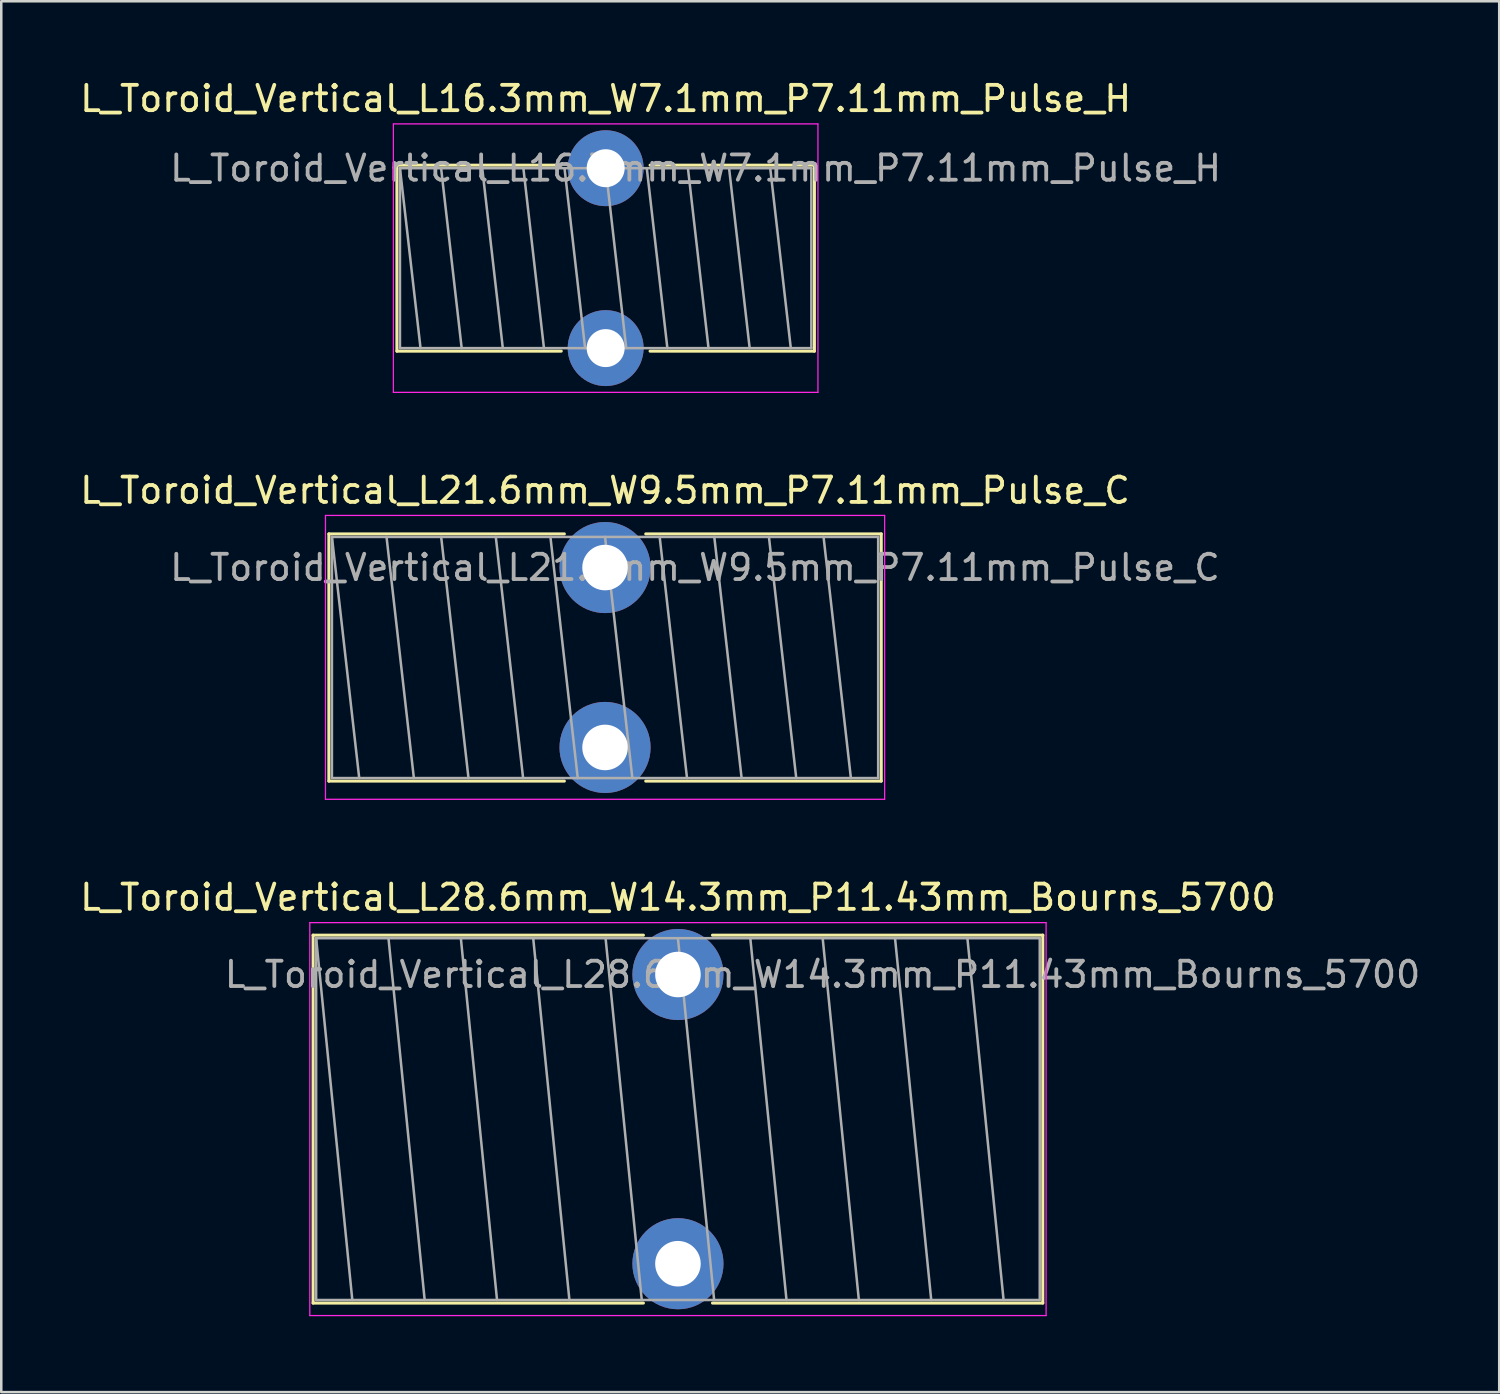
<source format=kicad_pcb>
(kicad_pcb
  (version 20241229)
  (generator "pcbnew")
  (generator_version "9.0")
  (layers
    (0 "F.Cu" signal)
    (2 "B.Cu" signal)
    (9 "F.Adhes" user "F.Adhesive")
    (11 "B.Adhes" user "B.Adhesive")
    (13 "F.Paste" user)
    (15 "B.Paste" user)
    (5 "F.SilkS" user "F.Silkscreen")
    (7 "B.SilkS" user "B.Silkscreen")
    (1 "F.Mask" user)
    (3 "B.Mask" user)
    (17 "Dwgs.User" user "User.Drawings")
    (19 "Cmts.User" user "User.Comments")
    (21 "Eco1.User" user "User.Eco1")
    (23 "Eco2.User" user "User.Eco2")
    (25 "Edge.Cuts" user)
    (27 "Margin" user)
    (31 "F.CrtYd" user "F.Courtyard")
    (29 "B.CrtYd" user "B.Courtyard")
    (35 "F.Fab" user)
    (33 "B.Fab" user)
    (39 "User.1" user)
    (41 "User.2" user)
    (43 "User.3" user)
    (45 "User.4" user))
  (footprint "L_Toroid_Vertical_L21.6mm_W9.5mm_P7.11mm_Pulse_C"
    (layer "F.Cu")
    (at 20.863 19.381)
    (property "Reference" "L_Toroid_Vertical_L21.6mm_W9.5mm_P7.11mm_Pulse_C" (at 0 -3.05 0) (layer "F.SilkS") (effects (font (size 1 1) (thickness 0.15))))
    (attr through_hole)
    (fp_line (start -10.915 -1.33) (end -10.915 8.44) (stroke (width 0.12) (type solid)) (layer "F.SilkS"))
    (fp_line (start -10.915 -1.33) (end -1.608 -1.33) (stroke (width 0.12) (type solid)) (layer "F.SilkS"))
    (fp_line (start -10.915 8.44) (end -1.608 8.44) (stroke (width 0.12) (type solid)) (layer "F.SilkS"))
    (fp_line (start 1.608 -1.33) (end 10.915 -1.33) (stroke (width 0.12) (type solid)) (layer "F.SilkS"))
    (fp_line (start 1.608 8.44) (end 10.915 8.44) (stroke (width 0.12) (type solid)) (layer "F.SilkS"))
    (fp_line (start 10.915 -1.33) (end 10.915 8.44) (stroke (width 0.12) (type solid)) (layer "F.SilkS"))
    (fp_line (start -11.05 -2.06) (end -11.05 9.16) (stroke (width 0.05) (type solid)) (layer "F.CrtYd"))
    (fp_line (start -11.05 9.16) (end 11.05 9.16) (stroke (width 0.05) (type solid)) (layer "F.CrtYd"))
    (fp_line (start 11.05 -2.06) (end -11.05 -2.06) (stroke (width 0.05) (type solid)) (layer "F.CrtYd"))
    (fp_line (start 11.05 9.16) (end 11.05 -2.06) (stroke (width 0.05) (type solid)) (layer "F.CrtYd"))
    (fp_line (start -10.795 -1.21) (end -10.795 8.32) (stroke (width 0.1) (type solid)) (layer "F.Fab"))
    (fp_line (start -10.795 -1.21) (end -9.716 8.32) (stroke (width 0.1) (type solid)) (layer "F.Fab"))
    (fp_line (start -10.795 8.32) (end 10.795 8.32) (stroke (width 0.1) (type solid)) (layer "F.Fab"))
    (fp_line (start -8.636 -1.21) (end -7.556 8.32) (stroke (width 0.1) (type solid)) (layer "F.Fab"))
    (fp_line (start -6.477 -1.21) (end -5.397 8.32) (stroke (width 0.1) (type solid)) (layer "F.Fab"))
    (fp_line (start -4.318 -1.21) (end -3.239 8.32) (stroke (width 0.1) (type solid)) (layer "F.Fab"))
    (fp_line (start -2.159 -1.21) (end -1.079 8.32) (stroke (width 0.1) (type solid)) (layer "F.Fab"))
    (fp_line (start 0 -1.21) (end 1.079 8.32) (stroke (width 0.1) (type solid)) (layer "F.Fab"))
    (fp_line (start 2.159 -1.21) (end 3.239 8.32) (stroke (width 0.1) (type solid)) (layer "F.Fab"))
    (fp_line (start 4.318 -1.21) (end 5.397 8.32) (stroke (width 0.1) (type solid)) (layer "F.Fab"))
    (fp_line (start 6.477 -1.21) (end 7.556 8.32) (stroke (width 0.1) (type solid)) (layer "F.Fab"))
    (fp_line (start 8.636 -1.21) (end 9.716 8.32) (stroke (width 0.1) (type solid)) (layer "F.Fab"))
    (fp_line (start 10.795 -1.21) (end -10.795 -1.21) (stroke (width 0.1) (type solid)) (layer "F.Fab"))
    (fp_line (start 10.795 8.32) (end 10.795 -1.21) (stroke (width 0.1) (type solid)) (layer "F.Fab"))
    (fp_text user "${REFERENCE}" (at 3.555 0 0) (layer "F.Fab") (effects (font (size 1 1) (thickness 0.15))))
    (pad "1" thru_hole circle (at 0 0) (size 3.6 3.6) (drill 1.8) (layers "*.Cu" "*.Mask"))
    (pad "2" thru_hole circle (at 0 7.11) (size 3.6 3.6) (drill 1.8) (layers "*.Cu" "*.Mask")))
  (footprint "L_Toroid_Vertical_L16.3mm_W7.1mm_P7.11mm_Pulse_H"
    (layer "F.Cu")
    (at 20.887 3.598)
    (property "Reference" "L_Toroid_Vertical_L16.3mm_W7.1mm_P7.11mm_Pulse_H" (at 0 -2.75 0) (layer "F.SilkS") (effects (font (size 1 1) (thickness 0.15))))
    (attr through_hole)
    (fp_line (start -8.25 -0.12) (end -8.25 7.23) (stroke (width 0.12) (type solid)) (layer "F.SilkS"))
    (fp_line (start -8.25 -0.12) (end -1.755 -0.12) (stroke (width 0.12) (type solid)) (layer "F.SilkS"))
    (fp_line (start -8.25 7.23) (end -1.755 7.23) (stroke (width 0.12) (type solid)) (layer "F.SilkS"))
    (fp_line (start 1.755 -0.12) (end 8.25 -0.12) (stroke (width 0.12) (type solid)) (layer "F.SilkS"))
    (fp_line (start 1.755 7.23) (end 8.25 7.23) (stroke (width 0.12) (type solid)) (layer "F.SilkS"))
    (fp_line (start 8.25 -0.12) (end 8.25 7.23) (stroke (width 0.12) (type solid)) (layer "F.SilkS"))
    (fp_line (start -8.39 -1.75) (end -8.39 8.86) (stroke (width 0.05) (type solid)) (layer "F.CrtYd"))
    (fp_line (start -8.39 8.86) (end 8.39 8.86) (stroke (width 0.05) (type solid)) (layer "F.CrtYd"))
    (fp_line (start 8.39 -1.75) (end -8.39 -1.75) (stroke (width 0.05) (type solid)) (layer "F.CrtYd"))
    (fp_line (start 8.39 8.86) (end 8.39 -1.75) (stroke (width 0.05) (type solid)) (layer "F.CrtYd"))
    (fp_line (start -8.13 0) (end -8.13 7.11) (stroke (width 0.1) (type solid)) (layer "F.Fab"))
    (fp_line (start -8.13 0) (end -7.317 7.11) (stroke (width 0.1) (type solid)) (layer "F.Fab"))
    (fp_line (start -8.13 7.11) (end 8.13 7.11) (stroke (width 0.1) (type solid)) (layer "F.Fab"))
    (fp_line (start -6.504 0) (end -5.691 7.11) (stroke (width 0.1) (type solid)) (layer "F.Fab"))
    (fp_line (start -4.878 0) (end -4.065 7.11) (stroke (width 0.1) (type solid)) (layer "F.Fab"))
    (fp_line (start -3.252 0) (end -2.439 7.11) (stroke (width 0.1) (type solid)) (layer "F.Fab"))
    (fp_line (start -1.626 0) (end -0.813 7.11) (stroke (width 0.1) (type solid)) (layer "F.Fab"))
    (fp_line (start 0 0) (end 0.813 7.11) (stroke (width 0.1) (type solid)) (layer "F.Fab"))
    (fp_line (start 1.626 0) (end 2.439 7.11) (stroke (width 0.1) (type solid)) (layer "F.Fab"))
    (fp_line (start 3.252 0) (end 4.065 7.11) (stroke (width 0.1) (type solid)) (layer "F.Fab"))
    (fp_line (start 4.878 0) (end 5.691 7.11) (stroke (width 0.1) (type solid)) (layer "F.Fab"))
    (fp_line (start 6.504 0) (end 7.317 7.11) (stroke (width 0.1) (type solid)) (layer "F.Fab"))
    (fp_line (start 8.13 0) (end -8.13 0) (stroke (width 0.1) (type solid)) (layer "F.Fab"))
    (fp_line (start 8.13 7.11) (end 8.13 0) (stroke (width 0.1) (type solid)) (layer "F.Fab"))
    (fp_text user "${REFERENCE}" (at 3.555 0 0) (layer "F.Fab") (effects (font (size 1 1) (thickness 0.15))))
    (pad "1" thru_hole circle (at 0 0) (size 3 3) (drill 1.5) (layers "*.Cu" "*.Mask"))
    (pad "2" thru_hole circle (at 0 7.11) (size 3 3) (drill 1.5) (layers "*.Cu" "*.Mask")))
  (footprint "L_Toroid_Vertical_L28.6mm_W14.3mm_P11.43mm_Bourns_5700"
    (layer "F.Cu")
    (at 23.744 35.465)
    (property "Reference" "L_Toroid_Vertical_L28.6mm_W14.3mm_P11.43mm_Bourns_5700" (at 0 -3.05 0) (layer "F.SilkS") (effects (font (size 1 1) (thickness 0.15))))
    (attr through_hole)
    (fp_line (start -14.42 -1.555) (end -14.42 12.985) (stroke (width 0.12) (type solid)) (layer "F.SilkS"))
    (fp_line (start -14.42 -1.555) (end -1.365 -1.555) (stroke (width 0.12) (type solid)) (layer "F.SilkS"))
    (fp_line (start -14.42 12.985) (end -1.365 12.985) (stroke (width 0.12) (type solid)) (layer "F.SilkS"))
    (fp_line (start 1.365 -1.555) (end 14.42 -1.555) (stroke (width 0.12) (type solid)) (layer "F.SilkS"))
    (fp_line (start 1.365 12.985) (end 14.42 12.985) (stroke (width 0.12) (type solid)) (layer "F.SilkS"))
    (fp_line (start 14.42 -1.555) (end 14.42 12.985) (stroke (width 0.12) (type solid)) (layer "F.SilkS"))
    (fp_line (start -14.55 -2.05) (end -14.55 13.48) (stroke (width 0.05) (type solid)) (layer "F.CrtYd"))
    (fp_line (start -14.55 13.48) (end 14.55 13.48) (stroke (width 0.05) (type solid)) (layer "F.CrtYd"))
    (fp_line (start 14.55 -2.05) (end -14.55 -2.05) (stroke (width 0.05) (type solid)) (layer "F.CrtYd"))
    (fp_line (start 14.55 13.48) (end 14.55 -2.05) (stroke (width 0.05) (type solid)) (layer "F.CrtYd"))
    (fp_line (start -14.3 -1.435) (end -14.3 12.865) (stroke (width 0.1) (type solid)) (layer "F.Fab"))
    (fp_line (start -14.3 -1.435) (end -12.87 12.865) (stroke (width 0.1) (type solid)) (layer "F.Fab"))
    (fp_line (start -14.3 12.865) (end 14.3 12.865) (stroke (width 0.1) (type solid)) (layer "F.Fab"))
    (fp_line (start -11.44 -1.435) (end -10.01 12.865) (stroke (width 0.1) (type solid)) (layer "F.Fab"))
    (fp_line (start -8.58 -1.435) (end -7.15 12.865) (stroke (width 0.1) (type solid)) (layer "F.Fab"))
    (fp_line (start -5.72 -1.435) (end -4.29 12.865) (stroke (width 0.1) (type solid)) (layer "F.Fab"))
    (fp_line (start -2.86 -1.435) (end -1.43 12.865) (stroke (width 0.1) (type solid)) (layer "F.Fab"))
    (fp_line (start 0 -1.435) (end 1.43 12.865) (stroke (width 0.1) (type solid)) (layer "F.Fab"))
    (fp_line (start 2.86 -1.435) (end 4.29 12.865) (stroke (width 0.1) (type solid)) (layer "F.Fab"))
    (fp_line (start 5.72 -1.435) (end 7.15 12.865) (stroke (width 0.1) (type solid)) (layer "F.Fab"))
    (fp_line (start 8.58 -1.435) (end 10.01 12.865) (stroke (width 0.1) (type solid)) (layer "F.Fab"))
    (fp_line (start 11.44 -1.435) (end 12.87 12.865) (stroke (width 0.1) (type solid)) (layer "F.Fab"))
    (fp_line (start 14.3 -1.435) (end -14.3 -1.435) (stroke (width 0.1) (type solid)) (layer "F.Fab"))
    (fp_line (start 14.3 12.865) (end 14.3 -1.435) (stroke (width 0.1) (type solid)) (layer "F.Fab"))
    (fp_text user "${REFERENCE}" (at 5.715 0 0) (layer "F.Fab") (effects (font (size 1 1) (thickness 0.15))))
    (pad "1" thru_hole circle (at 0 0) (size 3.6 3.6) (drill 1.8) (layers "*.Cu" "*.Mask"))
    (pad "2" thru_hole circle (at 0 11.43) (size 3.6 3.6) (drill 1.8) (layers "*.Cu" "*.Mask")))
  (gr_rect
    (start -3 -3)
    (end 56.203 51.97)
    (stroke (width 0.1) (type default))
    (fill no)
    (layer "Edge.Cuts")))
</source>
